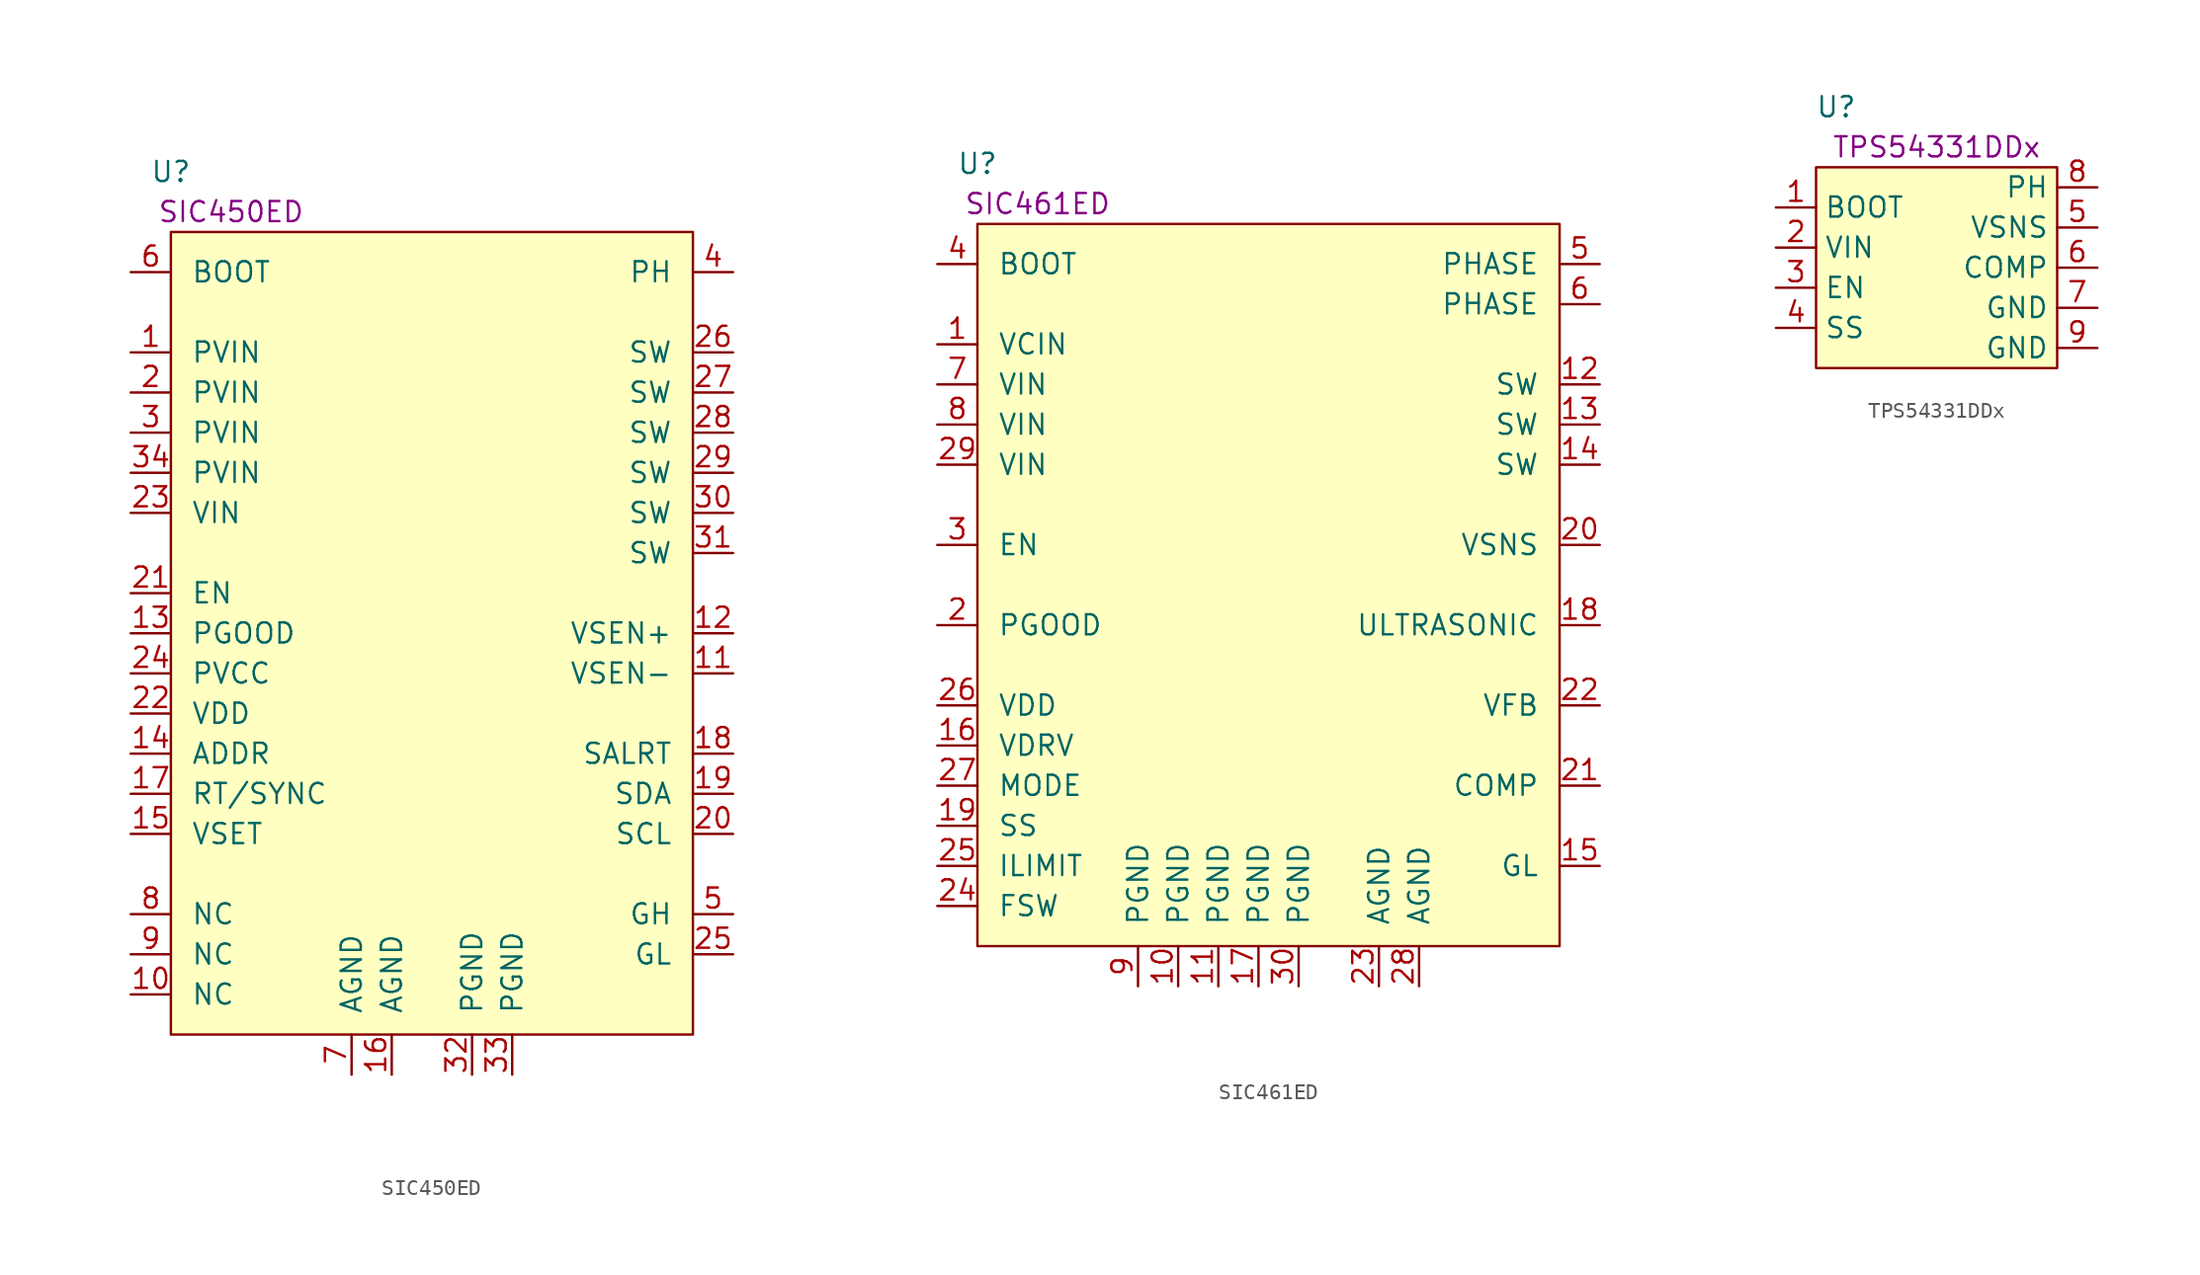
<source format=kicad_sym>
(kicad_symbol_lib
  (version 20211014)
  (generator kicad_symbol_editor)
  (symbol "SIC450ED"
    (pin_names
      (offset 1.27))
    (property "Reference" "U"
      (at 2.54 6.35 0)
      (effects (font (size 1.27 1.27))))
    (property "P/N" "SIC450ED"
      (at 6.35 3.81 0)
      (effects (font (size 1.27 1.27))))
    (symbol "SIC450ED_0_0"
      (pin power_in line (at 0 -5.08 0) (length 2.54) (name "PVIN" (effects (font (size 1.27 1.27)))) (number "1" (effects (font (size 1.27 1.27)))))
      (pin passive line (at 0 -45.72 0) (length 2.54) (name "NC" (effects (font (size 1.27 1.27)))) (number "10" (effects (font (size 1.27 1.27)))))
      (pin passive line (at 38.1 -25.4 180) (length 2.54) (name "VSEN-" (effects (font (size 1.27 1.27)))) (number "11" (effects (font (size 1.27 1.27)))))
      (pin passive line (at 38.1 -22.86 180) (length 2.54) (name "VSEN+" (effects (font (size 1.27 1.27)))) (number "12" (effects (font (size 1.27 1.27)))))
      (pin output line (at 0 -22.86 0) (length 2.54) (name "PGOOD" (effects (font (size 1.27 1.27)))) (number "13" (effects (font (size 1.27 1.27)))))
      (pin passive line (at 0 -30.48 0) (length 2.54) (name "ADDR" (effects (font (size 1.27 1.27)))) (number "14" (effects (font (size 1.27 1.27)))))
      (pin power_in line (at 0 -35.56 0) (length 2.54) (name "VSET" (effects (font (size 1.27 1.27)))) (number "15" (effects (font (size 1.27 1.27)))))
      (pin power_in line (at 16.51 -50.8 90) (length 2.54) (name "AGND" (effects (font (size 1.27 1.27)))) (number "16" (effects (font (size 1.27 1.27)))))
      (pin passive line (at 0 -33.02 0) (length 2.54) (name "RT/SYNC" (effects (font (size 1.27 1.27)))) (number "17" (effects (font (size 1.27 1.27)))))
      (pin power_out line (at 38.1 -30.48 180) (length 2.54) (name "SALRT" (effects (font (size 1.27 1.27)))) (number "18" (effects (font (size 1.27 1.27)))))
      (pin bidirectional line (at 38.1 -33.02 180) (length 2.54) (name "SDA" (effects (font (size 1.27 1.27)))) (number "19" (effects (font (size 1.27 1.27)))))
      (pin power_in line (at 0 -7.62 0) (length 2.54) (name "PVIN" (effects (font (size 1.27 1.27)))) (number "2" (effects (font (size 1.27 1.27)))))
      (pin bidirectional line (at 38.1 -35.56 180) (length 2.54) (name "SCL" (effects (font (size 1.27 1.27)))) (number "20" (effects (font (size 1.27 1.27)))))
      (pin input line (at 0 -20.32 0) (length 2.54) (name "EN" (effects (font (size 1.27 1.27)))) (number "21" (effects (font (size 1.27 1.27)))))
      (pin passive line (at 0 -27.94 0) (length 2.54) (name "VDD" (effects (font (size 1.27 1.27)))) (number "22" (effects (font (size 1.27 1.27)))))
      (pin power_in line (at 0 -15.24 0) (length 2.54) (name "VIN" (effects (font (size 1.27 1.27)))) (number "23" (effects (font (size 1.27 1.27)))))
      (pin passive line (at 0 -25.4 0) (length 2.54) (name "PVCC" (effects (font (size 1.27 1.27)))) (number "24" (effects (font (size 1.27 1.27)))))
      (pin passive line (at 38.1 -43.18 180) (length 2.54) (name "GL" (effects (font (size 1.27 1.27)))) (number "25" (effects (font (size 1.27 1.27)))))
      (pin power_out line (at 38.1 -5.08 180) (length 2.54) (name "SW" (effects (font (size 1.27 1.27)))) (number "26" (effects (font (size 1.27 1.27)))))
      (pin power_out line (at 38.1 -7.62 180) (length 2.54) (name "SW" (effects (font (size 1.27 1.27)))) (number "27" (effects (font (size 1.27 1.27)))))
      (pin power_out line (at 38.1 -10.16 180) (length 2.54) (name "SW" (effects (font (size 1.27 1.27)))) (number "28" (effects (font (size 1.27 1.27)))))
      (pin power_out line (at 38.1 -12.7 180) (length 2.54) (name "SW" (effects (font (size 1.27 1.27)))) (number "29" (effects (font (size 1.27 1.27)))))
      (pin passive line (at 0 -10.16 0) (length 2.54) (name "PVIN" (effects (font (size 1.27 1.27)))) (number "3" (effects (font (size 1.27 1.27)))))
      (pin power_out line (at 38.1 -15.24 180) (length 2.54) (name "SW" (effects (font (size 1.27 1.27)))) (number "30" (effects (font (size 1.27 1.27)))))
      (pin power_out line (at 38.1 -17.78 180) (length 2.54) (name "SW" (effects (font (size 1.27 1.27)))) (number "31" (effects (font (size 1.27 1.27)))))
      (pin power_in line (at 21.59 -50.8 90) (length 2.54) (name "PGND" (effects (font (size 1.27 1.27)))) (number "32" (effects (font (size 1.27 1.27)))))
      (pin power_in line (at 24.13 -50.8 90) (length 2.54) (name "PGND" (effects (font (size 1.27 1.27)))) (number "33" (effects (font (size 1.27 1.27)))))
      (pin power_in line (at 0 -12.7 0) (length 2.54) (name "PVIN" (effects (font (size 1.27 1.27)))) (number "34" (effects (font (size 1.27 1.27)))))
      (pin passive line (at 38.1 0 180) (length 2.54) (name "PH" (effects (font (size 1.27 1.27)))) (number "4" (effects (font (size 1.27 1.27)))))
      (pin passive line (at 38.1 -40.64 180) (length 2.54) (name "GH" (effects (font (size 1.27 1.27)))) (number "5" (effects (font (size 1.27 1.27)))))
      (pin passive line (at 0 0 0) (length 2.54) (name "BOOT" (effects (font (size 1.27 1.27)))) (number "6" (effects (font (size 1.27 1.27)))))
      (pin power_in line (at 13.97 -50.8 90) (length 2.54) (name "AGND" (effects (font (size 1.27 1.27)))) (number "7" (effects (font (size 1.27 1.27)))))
      (pin passive line (at 0 -40.64 0) (length 2.54) (name "NC" (effects (font (size 1.27 1.27)))) (number "8" (effects (font (size 1.27 1.27)))))
      (pin passive line (at 0 -43.18 0) (length 2.54) (name "NC" (effects (font (size 1.27 1.27)))) (number "9" (effects (font (size 1.27 1.27))))))
    (symbol "SIC450ED_0_1"
      (rectangle (start 2.54 2.54) (end 35.56 -48.26) (stroke (width 0) (type default) (color 0 0 0 0)) (fill (type background)))))
  (symbol "SIC461ED"
    (pin_names
      (offset 1.27))
    (property "Reference" "U"
      (at 2.54 6.35 0)
      (effects (font (size 1.27 1.27))))
    (property "P/N" "SIC461ED"
      (at 6.35 3.81 0)
      (effects (font (size 1.27 1.27))))
    (symbol "SIC461ED_0_0"
      (pin power_in line (at 0 -5.08 0) (length 2.54) (name "VCIN" (effects (font (size 1.27 1.27)))) (number "1" (effects (font (size 1.27 1.27)))))
      (pin power_in line (at 15.24 -45.72 90) (length 2.54) (name "PGND" (effects (font (size 1.27 1.27)))) (number "10" (effects (font (size 1.27 1.27)))))
      (pin power_in line (at 17.78 -45.72 90) (length 2.54) (name "PGND" (effects (font (size 1.27 1.27)))) (number "11" (effects (font (size 1.27 1.27)))))
      (pin power_out line (at 41.91 -7.62 180) (length 2.54) (name "SW" (effects (font (size 1.27 1.27)))) (number "12" (effects (font (size 1.27 1.27)))))
      (pin power_out line (at 41.91 -10.16 180) (length 2.54) (name "SW" (effects (font (size 1.27 1.27)))) (number "13" (effects (font (size 1.27 1.27)))))
      (pin power_out line (at 41.91 -12.7 180) (length 2.54) (name "SW" (effects (font (size 1.27 1.27)))) (number "14" (effects (font (size 1.27 1.27)))))
      (pin passive line (at 41.91 -38.1 180) (length 2.54) (name "GL" (effects (font (size 1.27 1.27)))) (number "15" (effects (font (size 1.27 1.27)))))
      (pin passive line (at 0 -30.48 0) (length 2.54) (name "VDRV" (effects (font (size 1.27 1.27)))) (number "16" (effects (font (size 1.27 1.27)))))
      (pin power_in line (at 20.32 -45.72 90) (length 2.54) (name "PGND" (effects (font (size 1.27 1.27)))) (number "17" (effects (font (size 1.27 1.27)))))
      (pin passive line (at 41.91 -22.86 180) (length 2.54) (name "ULTRASONIC" (effects (font (size 1.27 1.27)))) (number "18" (effects (font (size 1.27 1.27)))))
      (pin passive line (at 0 -35.56 0) (length 2.54) (name "SS" (effects (font (size 1.27 1.27)))) (number "19" (effects (font (size 1.27 1.27)))))
      (pin open_collector line (at 0 -22.86 0) (length 2.54) (name "PGOOD" (effects (font (size 1.27 1.27)))) (number "2" (effects (font (size 1.27 1.27)))))
      (pin passive line (at 41.91 -17.78 180) (length 2.54) (name "VSNS" (effects (font (size 1.27 1.27)))) (number "20" (effects (font (size 1.27 1.27)))))
      (pin passive line (at 41.91 -33.02 180) (length 2.54) (name "COMP" (effects (font (size 1.27 1.27)))) (number "21" (effects (font (size 1.27 1.27)))))
      (pin passive line (at 41.91 -27.94 180) (length 2.54) (name "VFB" (effects (font (size 1.27 1.27)))) (number "22" (effects (font (size 1.27 1.27)))))
      (pin power_out line (at 27.94 -45.72 90) (length 2.54) (name "AGND" (effects (font (size 1.27 1.27)))) (number "23" (effects (font (size 1.27 1.27)))))
      (pin passive line (at 0 -40.64 0) (length 2.54) (name "FSW" (effects (font (size 1.27 1.27)))) (number "24" (effects (font (size 1.27 1.27)))))
      (pin passive line (at 0 -38.1 0) (length 2.54) (name "ILIMIT" (effects (font (size 1.27 1.27)))) (number "25" (effects (font (size 1.27 1.27)))))
      (pin passive line (at 0 -27.94 0) (length 2.54) (name "VDD" (effects (font (size 1.27 1.27)))) (number "26" (effects (font (size 1.27 1.27)))))
      (pin passive line (at 0 -33.02 0) (length 2.54) (name "MODE" (effects (font (size 1.27 1.27)))) (number "27" (effects (font (size 1.27 1.27)))))
      (pin power_in line (at 30.48 -45.72 90) (length 2.54) (name "AGND" (effects (font (size 1.27 1.27)))) (number "28" (effects (font (size 1.27 1.27)))))
      (pin power_in line (at 0 -12.7 0) (length 2.54) (name "VIN" (effects (font (size 1.27 1.27)))) (number "29" (effects (font (size 1.27 1.27)))))
      (pin passive line (at 0 -17.78 0) (length 2.54) (name "EN" (effects (font (size 1.27 1.27)))) (number "3" (effects (font (size 1.27 1.27)))))
      (pin power_in line (at 22.86 -45.72 90) (length 2.54) (name "PGND" (effects (font (size 1.27 1.27)))) (number "30" (effects (font (size 1.27 1.27)))))
      (pin passive line (at 0 0 0) (length 2.54) (name "BOOT" (effects (font (size 1.27 1.27)))) (number "4" (effects (font (size 1.27 1.27)))))
      (pin passive line (at 41.91 0 180) (length 2.54) (name "PHASE" (effects (font (size 1.27 1.27)))) (number "5" (effects (font (size 1.27 1.27)))))
      (pin passive line (at 41.91 -2.54 180) (length 2.54) (name "PHASE" (effects (font (size 1.27 1.27)))) (number "6" (effects (font (size 1.27 1.27)))))
      (pin power_in line (at 0 -7.62 0) (length 2.54) (name "VIN" (effects (font (size 1.27 1.27)))) (number "7" (effects (font (size 1.27 1.27)))))
      (pin power_in line (at 0 -10.16 0) (length 2.54) (name "VIN" (effects (font (size 1.27 1.27)))) (number "8" (effects (font (size 1.27 1.27)))))
      (pin power_in line (at 12.7 -45.72 90) (length 2.54) (name "PGND" (effects (font (size 1.27 1.27)))) (number "9" (effects (font (size 1.27 1.27))))))
    (symbol "SIC461ED_0_1"
      (rectangle (start 2.54 2.54) (end 39.37 -43.18) (stroke (width 0) (type default) (color 0 0 0 0)) (fill (type background)))))
  (symbol "TPS54331DDx"
    (property "Reference" "U"
      (at 3.81 6.35 0)
      (effects (font (size 1.27 1.27))))
    (property "P/N" "TPS54331DDx"
      (at 10.16 3.81 0)
      (effects (font (size 1.27 1.27))))
    (symbol "TPS54331DDx_0_0"
      (pin passive line (at 0 0 0) (length 2.54) (name "BOOT" (effects (font (size 1.27 1.27)))) (number "1" (effects (font (size 1.27 1.27)))))
      (pin power_in line (at 0 -2.54 0) (length 2.54) (name "VIN" (effects (font (size 1.27 1.27)))) (number "2" (effects (font (size 1.27 1.27)))))
      (pin passive line (at 0 -5.08 0) (length 2.54) (name "EN" (effects (font (size 1.27 1.27)))) (number "3" (effects (font (size 1.27 1.27)))))
      (pin passive line (at 0 -7.62 0) (length 2.54) (name "SS" (effects (font (size 1.27 1.27)))) (number "4" (effects (font (size 1.27 1.27)))))
      (pin passive line (at 20.32 -1.27 180) (length 2.54) (name "VSNS" (effects (font (size 1.27 1.27)))) (number "5" (effects (font (size 1.27 1.27)))))
      (pin passive line (at 20.32 -3.81 180) (length 2.54) (name "COMP" (effects (font (size 1.27 1.27)))) (number "6" (effects (font (size 1.27 1.27)))))
      (pin power_in line (at 20.32 -6.35 180) (length 2.54) (name "GND" (effects (font (size 1.27 1.27)))) (number "7" (effects (font (size 1.27 1.27)))))
      (pin power_out line (at 20.32 1.27 180) (length 2.54) (name "PH" (effects (font (size 1.27 1.27)))) (number "8" (effects (font (size 1.27 1.27)))))
      (pin power_in line (at 20.32 -8.89 180) (length 2.54) (name "GND" (effects (font (size 1.27 1.27)))) (number "9" (effects (font (size 1.27 1.27))))))
    (symbol "TPS54331DDx_0_1"
      (rectangle (start 2.54 2.54) (end 17.78 -10.16) (stroke (width 0) (type default) (color 0 0 0 0)) (fill (type background))))))
</source>
